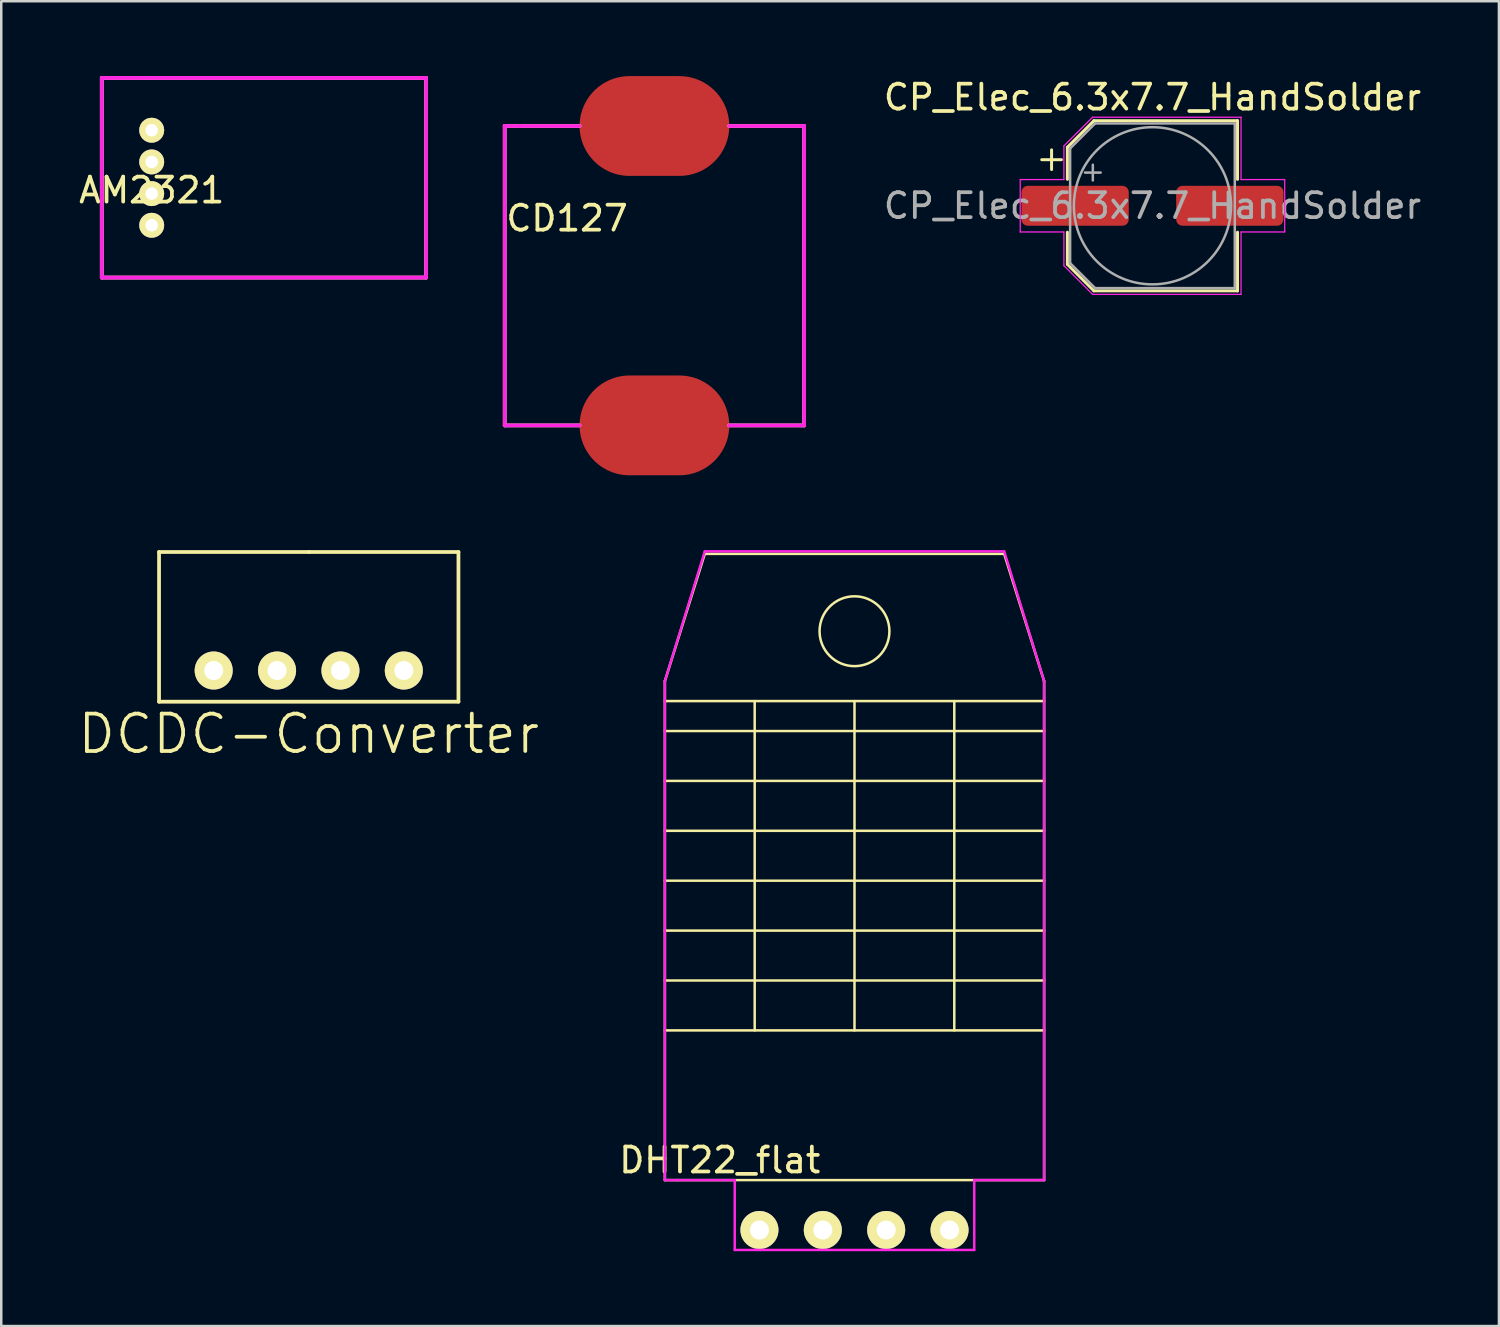
<source format=kicad_pcb>
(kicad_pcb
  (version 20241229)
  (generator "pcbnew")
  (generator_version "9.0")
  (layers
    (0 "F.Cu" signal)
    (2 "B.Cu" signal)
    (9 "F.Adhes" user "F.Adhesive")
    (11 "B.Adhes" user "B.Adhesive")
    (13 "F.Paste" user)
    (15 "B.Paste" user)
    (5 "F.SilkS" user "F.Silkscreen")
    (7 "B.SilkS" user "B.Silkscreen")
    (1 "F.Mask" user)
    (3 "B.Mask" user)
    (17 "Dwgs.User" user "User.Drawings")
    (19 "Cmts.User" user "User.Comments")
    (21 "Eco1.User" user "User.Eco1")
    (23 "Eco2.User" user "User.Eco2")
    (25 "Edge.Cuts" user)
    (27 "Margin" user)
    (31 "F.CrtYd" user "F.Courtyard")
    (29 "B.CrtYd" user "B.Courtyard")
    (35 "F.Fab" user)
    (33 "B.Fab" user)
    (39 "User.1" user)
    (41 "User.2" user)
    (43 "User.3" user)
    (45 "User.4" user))
  (footprint "CD127"
    (layer "F.Cu")
    (at 23.18 8)
    (property "Reference" "CD127" (at -3.5 -2.3 0) (layer "F.SilkS") (effects (font (size 1 1) (thickness 0.15))))
    (attr through_hole)
    (fp_line (start -6 -6) (end -6 6) (stroke (width 0.15) (type solid)) (layer "F.SilkS"))
    (fp_line (start -6 6) (end -3 6) (stroke (width 0.15) (type solid)) (layer "F.SilkS"))
    (fp_line (start -3 -6) (end -6 -6) (stroke (width 0.15) (type solid)) (layer "F.SilkS"))
    (fp_line (start 3 6) (end 6 6) (stroke (width 0.15) (type solid)) (layer "F.SilkS"))
    (fp_line (start 6 -6) (end 3 -6) (stroke (width 0.15) (type solid)) (layer "F.SilkS"))
    (fp_line (start 6 6) (end 6 -6) (stroke (width 0.15) (type solid)) (layer "F.SilkS"))
    (fp_line (start -6 -6) (end -6 6) (stroke (width 0.15) (type solid)) (layer "F.CrtYd"))
    (fp_line (start -6 6) (end -3 6) (stroke (width 0.15) (type solid)) (layer "F.CrtYd"))
    (fp_line (start -5.4 -6) (end -6 -6) (stroke (width 0.15) (type solid)) (layer "F.CrtYd"))
    (fp_line (start -3 -6) (end -5.4 -6) (stroke (width 0.15) (type solid)) (layer "F.CrtYd"))
    (fp_line (start 3 6) (end 6 6) (stroke (width 0.15) (type solid)) (layer "F.CrtYd"))
    (fp_line (start 6 -6) (end 3 -6) (stroke (width 0.15) (type solid)) (layer "F.CrtYd"))
    (fp_line (start 6 6) (end 6 -6) (stroke (width 0.15) (type solid)) (layer "F.CrtYd"))
    (pad "1" smd oval (at 0 -6) (size 6 4) (layers "F.Cu" "F.Mask" "F.Paste"))
    (pad "2" smd oval (at 0 6) (size 6 4) (layers "F.Cu" "F.Mask" "F.Paste")))
  (footprint "AM2321"
    (layer "F.Cu")
    (at 3.03 4.075)
    (property "Reference" "AM2321" (at 0 0.5 0) (layer "F.SilkS") (effects (font (size 1 1) (thickness 0.15))))
    (attr through_hole)
    (fp_line (start -2 -4) (end 0 -4) (stroke (width 0.15) (type solid)) (layer "F.SilkS"))
    (fp_line (start -2 4) (end -2 -4) (stroke (width 0.15) (type solid)) (layer "F.SilkS"))
    (fp_line (start 0 -4) (end 11 -4) (stroke (width 0.15) (type solid)) (layer "F.SilkS"))
    (fp_line (start 11 -4) (end 11 4) (stroke (width 0.15) (type solid)) (layer "F.SilkS"))
    (fp_line (start 11 4) (end -2 4) (stroke (width 0.15) (type solid)) (layer "F.SilkS"))
    (fp_line (start -2 -4) (end 11 -4) (stroke (width 0.15) (type solid)) (layer "F.CrtYd"))
    (fp_line (start -2 4) (end -2 -4) (stroke (width 0.15) (type solid)) (layer "F.CrtYd"))
    (fp_line (start 11 -4) (end 11 4) (stroke (width 0.15) (type solid)) (layer "F.CrtYd"))
    (fp_line (start 11 4) (end -2 4) (stroke (width 0.15) (type solid)) (layer "F.CrtYd"))
    (pad "1" thru_hole circle (at 0 -1.905) (size 1 1) (drill 0.5) (layers "*.Cu" "*.Mask" "F.SilkS"))
    (pad "2" thru_hole circle (at 0 -0.635) (size 1 1) (drill 0.5) (layers "*.Cu" "*.Mask" "F.SilkS"))
    (pad "3" thru_hole circle (at 0 0.635) (size 1 1) (drill 0.5) (layers "*.Cu" "*.Mask" "F.SilkS"))
    (pad "4" thru_hole circle (at 0 1.905) (size 1 1) (drill 0.5) (layers "*.Cu" "*.Mask" "F.SilkS")))
  (footprint "DCDC-Converter"
    (layer "F.Cu")
    (at 9.325 23.825)
    (property "Reference" "DCDC-Converter" (at 0 2.54 0) (layer "F.SilkS") (effects (font (size 1.5 1.5) (thickness 0.15))))
    (attr through_hole)
    (fp_line (start -6 -4.75) (end 0 -4.75) (stroke (width 0.15) (type solid)) (layer "F.SilkS"))
    (fp_line (start -6 1.25) (end -6 -4.75) (stroke (width 0.15) (type solid)) (layer "F.SilkS"))
    (fp_line (start 0 -4.75) (end 6 -4.75) (stroke (width 0.15) (type solid)) (layer "F.SilkS"))
    (fp_line (start 6 -4.75) (end 6 1.25) (stroke (width 0.15) (type solid)) (layer "F.SilkS"))
    (fp_line (start 6 1.25) (end -6 1.25) (stroke (width 0.15) (type solid)) (layer "F.SilkS"))
    (pad "1" thru_hole circle (at -3.81 0) (size 1.524 1.524) (drill 0.762) (layers "*.Cu" "*.Mask" "F.SilkS"))
    (pad "2" thru_hole circle (at -1.27 0) (size 1.524 1.524) (drill 0.762) (layers "*.Cu" "*.Mask" "F.SilkS"))
    (pad "3" thru_hole circle (at 1.27 0) (size 1.524 1.524) (drill 0.762) (layers "*.Cu" "*.Mask" "F.SilkS"))
    (pad "4" thru_hole circle (at 3.81 0) (size 1.524 1.524) (drill 0.762) (layers "*.Cu" "*.Mask" "F.SilkS")))
  (footprint "CP_Elec_6.3x7.7_HandSolder"
    (layer "F.Cu")
    (at 43.142 5.198)
    (property "Reference" "CP_Elec_6.3x7.7_HandSolder" (at 0 -4.35 0) (layer "F.SilkS") (effects (font (size 1 1) (thickness 0.15))))
    (attr smd)
    (fp_line (start -4.438 -1.847) (end -3.65 -1.847) (stroke (width 0.12) (type solid)) (layer "F.SilkS"))
    (fp_line (start -4.044 -2.241) (end -4.044 -1.454) (stroke (width 0.12) (type solid)) (layer "F.SilkS"))
    (fp_line (start -3.41 -2.346) (end -3.41 -1.06) (stroke (width 0.12) (type solid)) (layer "F.SilkS"))
    (fp_line (start -3.41 -2.346) (end -2.346 -3.41) (stroke (width 0.12) (type solid)) (layer "F.SilkS"))
    (fp_line (start -3.41 2.346) (end -3.41 1.06) (stroke (width 0.12) (type solid)) (layer "F.SilkS"))
    (fp_line (start -3.41 2.346) (end -2.346 3.41) (stroke (width 0.12) (type solid)) (layer "F.SilkS"))
    (fp_line (start -2.346 -3.41) (end 3.41 -3.41) (stroke (width 0.12) (type solid)) (layer "F.SilkS"))
    (fp_line (start -2.346 3.41) (end 3.41 3.41) (stroke (width 0.12) (type solid)) (layer "F.SilkS"))
    (fp_line (start 3.41 -3.41) (end 3.41 -1.06) (stroke (width 0.12) (type solid)) (layer "F.SilkS"))
    (fp_line (start 3.41 3.41) (end 3.41 1.06) (stroke (width 0.12) (type solid)) (layer "F.SilkS"))
    (fp_line (start -5.3 -1.05) (end -5.3 1.05) (stroke (width 0.05) (type solid)) (layer "F.CrtYd"))
    (fp_line (start -5.3 1.05) (end -3.55 1.05) (stroke (width 0.05) (type solid)) (layer "F.CrtYd"))
    (fp_line (start -3.55 -2.4) (end -3.55 -1.05) (stroke (width 0.05) (type solid)) (layer "F.CrtYd"))
    (fp_line (start -3.55 -2.4) (end -2.4 -3.55) (stroke (width 0.05) (type solid)) (layer "F.CrtYd"))
    (fp_line (start -3.55 -1.05) (end -5.3 -1.05) (stroke (width 0.05) (type solid)) (layer "F.CrtYd"))
    (fp_line (start -3.55 1.05) (end -3.55 2.4) (stroke (width 0.05) (type solid)) (layer "F.CrtYd"))
    (fp_line (start -3.55 2.4) (end -2.4 3.55) (stroke (width 0.05) (type solid)) (layer "F.CrtYd"))
    (fp_line (start -2.4 -3.55) (end 3.55 -3.55) (stroke (width 0.05) (type solid)) (layer "F.CrtYd"))
    (fp_line (start -2.4 3.55) (end 3.55 3.55) (stroke (width 0.05) (type solid)) (layer "F.CrtYd"))
    (fp_line (start 3.55 -3.55) (end 3.55 -1.05) (stroke (width 0.05) (type solid)) (layer "F.CrtYd"))
    (fp_line (start 3.55 -1.05) (end 5.3 -1.05) (stroke (width 0.05) (type solid)) (layer "F.CrtYd"))
    (fp_line (start 3.55 1.05) (end 3.55 3.55) (stroke (width 0.05) (type solid)) (layer "F.CrtYd"))
    (fp_line (start 5.3 -1.05) (end 5.3 1.05) (stroke (width 0.05) (type solid)) (layer "F.CrtYd"))
    (fp_line (start 5.3 1.05) (end 3.55 1.05) (stroke (width 0.05) (type solid)) (layer "F.CrtYd"))
    (fp_line (start -3.3 -2.3) (end -3.3 2.3) (stroke (width 0.1) (type solid)) (layer "F.Fab"))
    (fp_line (start -3.3 -2.3) (end -2.3 -3.3) (stroke (width 0.1) (type solid)) (layer "F.Fab"))
    (fp_line (start -3.3 2.3) (end -2.3 3.3) (stroke (width 0.1) (type solid)) (layer "F.Fab"))
    (fp_line (start -2.705 -1.33) (end -2.075 -1.33) (stroke (width 0.1) (type solid)) (layer "F.Fab"))
    (fp_line (start -2.39 -1.645) (end -2.39 -1.015) (stroke (width 0.1) (type solid)) (layer "F.Fab"))
    (fp_line (start -2.3 -3.3) (end 3.3 -3.3) (stroke (width 0.1) (type solid)) (layer "F.Fab"))
    (fp_line (start -2.3 3.3) (end 3.3 3.3) (stroke (width 0.1) (type solid)) (layer "F.Fab"))
    (fp_line (start 3.3 -3.3) (end 3.3 3.3) (stroke (width 0.1) (type solid)) (layer "F.Fab"))
    (fp_circle (center 0 0) (end 3.15 0) (stroke (width 0.1) (type solid)) (fill no) (layer "F.Fab"))
    (fp_text user "${REFERENCE}" (at 0 0 0) (layer "F.Fab") (effects (font (size 1 1) (thickness 0.15))))
    (pad "1" smd roundrect (at -3.1 0) (size 4.3 1.6) (layers "F.Cu" "F.Mask" "F.Paste") (roundrect_rratio 0.156))
    (pad "2" smd roundrect (at 3.1 0) (size 4.3 1.6) (layers "F.Cu" "F.Mask" "F.Paste") (roundrect_rratio 0.156)))
  (footprint "DHT22_flat"
    (layer "F.Cu")
    (at 31.199 46.25)
    (property "Reference" "DHT22_flat" (at -5.4 -2.8 0) (layer "F.SilkS") (effects (font (size 1 1) (thickness 0.15))))
    (attr through_hole)
    (fp_line (start -7.6 -22) (end -6 -27.1) (stroke (width 0.1) (type solid)) (layer "F.SilkS"))
    (fp_line (start -7.6 -21.2) (end 7.6 -21.2) (stroke (width 0.1) (type solid)) (layer "F.SilkS"))
    (fp_line (start -7.6 -20) (end 7.6 -20) (stroke (width 0.1) (type solid)) (layer "F.SilkS"))
    (fp_line (start -7.6 -18) (end 7.6 -18) (stroke (width 0.1) (type solid)) (layer "F.SilkS"))
    (fp_line (start -7.6 -16) (end 7.6 -16) (stroke (width 0.1) (type solid)) (layer "F.SilkS"))
    (fp_line (start -7.6 -14) (end 7.6 -14) (stroke (width 0.1) (type solid)) (layer "F.SilkS"))
    (fp_line (start -7.6 -12) (end 7.6 -12) (stroke (width 0.1) (type solid)) (layer "F.SilkS"))
    (fp_line (start -7.6 -10) (end 7.6 -10) (stroke (width 0.1) (type solid)) (layer "F.SilkS"))
    (fp_line (start -7.6 -8) (end 7.6 -8) (stroke (width 0.1) (type solid)) (layer "F.SilkS"))
    (fp_line (start -7.6 -2) (end -7.6 -22) (stroke (width 0.1) (type solid)) (layer "F.SilkS"))
    (fp_line (start -7.1 -2) (end -7.6 -2) (stroke (width 0.1) (type solid)) (layer "F.SilkS"))
    (fp_line (start -7.1 -2) (end 7.6 -2) (stroke (width 0.1) (type solid)) (layer "F.SilkS"))
    (fp_line (start -6 -27.1) (end 6 -27.1) (stroke (width 0.1) (type solid)) (layer "F.SilkS"))
    (fp_line (start -4 -21.2) (end -4 -8) (stroke (width 0.1) (type solid)) (layer "F.SilkS"))
    (fp_line (start 0 -21.2) (end 0 -8) (stroke (width 0.1) (type solid)) (layer "F.SilkS"))
    (fp_line (start 4 -21.2) (end 4 -8) (stroke (width 0.1) (type solid)) (layer "F.SilkS"))
    (fp_line (start 6 -27.1) (end 7.6 -22) (stroke (width 0.1) (type solid)) (layer "F.SilkS"))
    (fp_line (start 7.6 -2) (end 7.6 -22) (stroke (width 0.1) (type solid)) (layer "F.SilkS"))
    (fp_circle (center 0 -24) (end 0 -25.4) (stroke (width 0.1) (type solid)) (fill no) (layer "F.SilkS"))
    (fp_line (start -7.6 -22) (end -6 -27.2) (stroke (width 0.1) (type solid)) (layer "F.CrtYd"))
    (fp_line (start -7.6 -2) (end -7.6 -22) (stroke (width 0.1) (type solid)) (layer "F.CrtYd"))
    (fp_line (start -6 -27.2) (end 6 -27.2) (stroke (width 0.1) (type solid)) (layer "F.CrtYd"))
    (fp_line (start -4.8 -2) (end -7.6 -2) (stroke (width 0.1) (type solid)) (layer "F.CrtYd"))
    (fp_line (start -4.8 0.8) (end -4.8 -2) (stroke (width 0.1) (type solid)) (layer "F.CrtYd"))
    (fp_line (start 4.8 -2) (end 4.8 0.8) (stroke (width 0.1) (type solid)) (layer "F.CrtYd"))
    (fp_line (start 4.8 0.8) (end -4.8 0.8) (stroke (width 0.1) (type solid)) (layer "F.CrtYd"))
    (fp_line (start 6 -27.2) (end 7.6 -22) (stroke (width 0.1) (type solid)) (layer "F.CrtYd"))
    (fp_line (start 7.6 -22) (end 7.6 -2) (stroke (width 0.1) (type solid)) (layer "F.CrtYd"))
    (fp_line (start 7.6 -2) (end 4.8 -2) (stroke (width 0.1) (type solid)) (layer "F.CrtYd"))
    (pad "1" thru_hole circle (at -3.81 0) (size 1.524 1.524) (drill 0.762) (layers "*.Cu" "*.Mask" "F.SilkS"))
    (pad "1" thru_hole circle (at -1.27 0) (size 1.524 1.524) (drill 0.762) (layers "*.Cu" "*.Mask" "F.SilkS"))
    (pad "3" thru_hole circle (at 1.27 0) (size 1.524 1.524) (drill 0.762) (layers "*.Cu" "*.Mask" "F.SilkS"))
    (pad "4" thru_hole circle (at 3.81 0) (size 1.524 1.524) (drill 0.762) (layers "*.Cu" "*.Mask" "F.SilkS")))
  (gr_rect
    (start -3 -3)
    (end 57.029 50.1)
    (stroke (width 0.1) (type default))
    (fill no)
    (layer "Edge.Cuts")))
</source>
